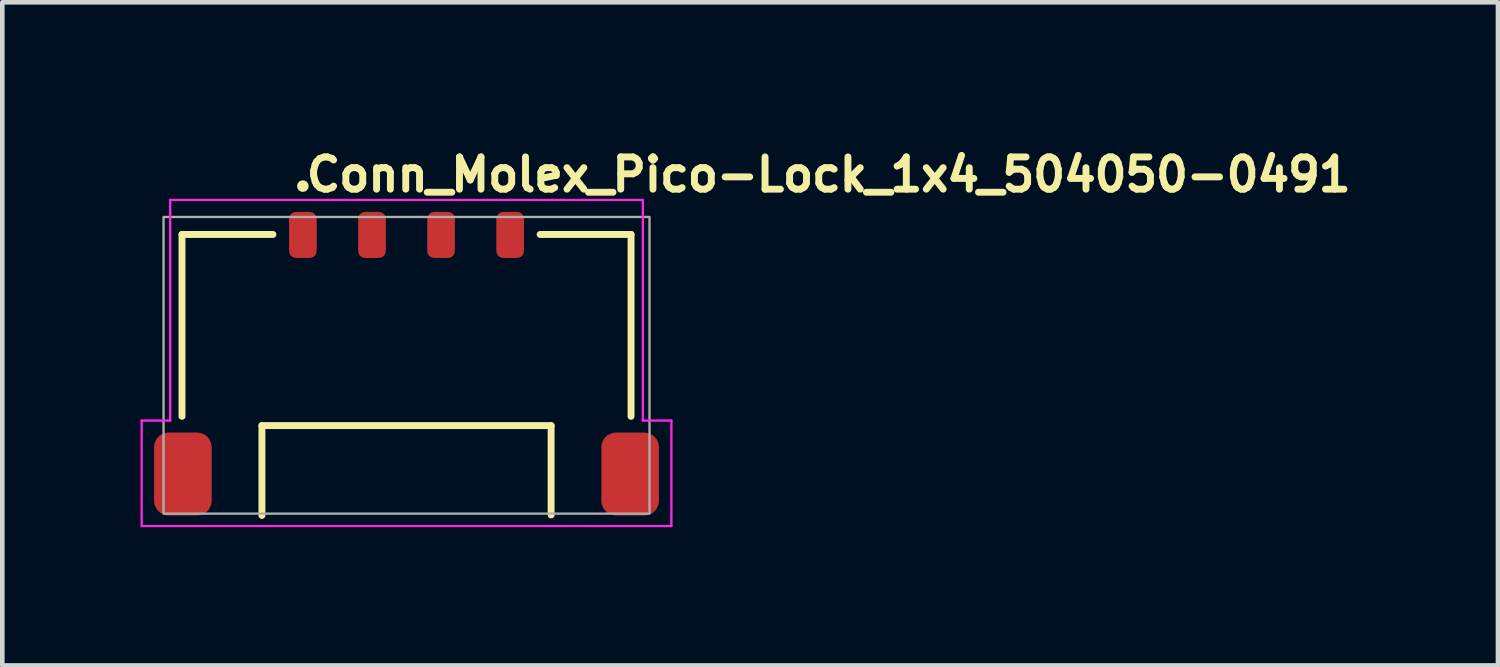
<source format=kicad_pcb>
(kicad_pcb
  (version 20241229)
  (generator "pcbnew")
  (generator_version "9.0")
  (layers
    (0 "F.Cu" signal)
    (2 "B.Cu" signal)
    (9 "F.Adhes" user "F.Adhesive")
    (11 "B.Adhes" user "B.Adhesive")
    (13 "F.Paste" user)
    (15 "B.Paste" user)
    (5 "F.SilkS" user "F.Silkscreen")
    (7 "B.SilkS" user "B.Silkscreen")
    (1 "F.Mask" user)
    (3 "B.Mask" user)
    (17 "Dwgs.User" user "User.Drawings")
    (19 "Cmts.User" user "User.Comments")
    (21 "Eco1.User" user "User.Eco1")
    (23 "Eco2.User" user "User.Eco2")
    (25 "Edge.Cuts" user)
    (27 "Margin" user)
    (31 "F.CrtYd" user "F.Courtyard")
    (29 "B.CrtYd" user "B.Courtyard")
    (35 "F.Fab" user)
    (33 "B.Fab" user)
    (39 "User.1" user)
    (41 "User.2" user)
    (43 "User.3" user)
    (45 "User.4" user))
  (footprint "Conn_Molex_Pico-Lock_1x4_504050-0491"
    (layer "F.Cu")
    (at 5.775 4.88)
    (property "Reference" "Conn_Molex_Pico-Lock_1x4_504050-0491" (at -2.249 -3.73 0) (layer "F.SilkS") (effects (font (size 0.7 0.7) (thickness 0.15)) (justify left bottom)))
    (attr smd)
    (fp_line (start -4.874 -2.84) (end -2.9 -2.84) (stroke (width 0.15) (type solid)) (layer "F.SilkS"))
    (fp_line (start -4.874 1.108) (end -4.874 -2.84) (stroke (width 0.15) (type solid)) (layer "F.SilkS"))
    (fp_line (start -3.139 3.259) (end -3.139 1.309) (stroke (width 0.15) (type solid)) (layer "F.SilkS"))
    (fp_line (start 3.139 1.309) (end -3.139 1.309) (stroke (width 0.15) (type solid)) (layer "F.SilkS"))
    (fp_line (start 3.139 1.309) (end 3.139 3.248) (stroke (width 0.15) (type solid)) (layer "F.SilkS"))
    (fp_line (start 4.874 -2.84) (end 2.9 -2.84) (stroke (width 0.15) (type solid)) (layer "F.SilkS"))
    (fp_line (start 4.874 -2.84) (end 4.874 1.108) (stroke (width 0.15) (type solid)) (layer "F.SilkS"))
    (fp_circle (center -2.25 -3.89) (end -2.2 -3.89) (stroke (width 0.15) (type solid)) (fill yes) (layer "F.SilkS"))
    (fp_line (start -5.75 1.2) (end -5.13 1.2) (stroke (width 0.05) (type solid)) (layer "F.CrtYd"))
    (fp_line (start -5.75 3.49) (end -5.75 1.2) (stroke (width 0.05) (type solid)) (layer "F.CrtYd"))
    (fp_line (start -5.13 -3.59) (end 5.13 -3.59) (stroke (width 0.05) (type solid)) (layer "F.CrtYd"))
    (fp_line (start -5.13 1.2) (end -5.13 -3.59) (stroke (width 0.05) (type solid)) (layer "F.CrtYd"))
    (fp_line (start 5.13 -3.59) (end 5.13 1.2) (stroke (width 0.05) (type solid)) (layer "F.CrtYd"))
    (fp_line (start 5.75 1.2) (end 5.13 1.2) (stroke (width 0.05) (type solid)) (layer "F.CrtYd"))
    (fp_line (start 5.75 1.2) (end 5.75 3.49) (stroke (width 0.05) (type solid)) (layer "F.CrtYd"))
    (fp_line (start 5.75 3.49) (end -5.75 3.49) (stroke (width 0.05) (type solid)) (layer "F.CrtYd"))
    (fp_rect (start -5.275 -3.22) (end 5.275 3.22) (stroke (width 0.05) (type default)) (fill no) (layer "F.Fab"))
    (fp_rect (start -5.275 -3.22) (end 5.275 3.22) (stroke (width 0.1) (type solid)) (fill no) (layer "User.5"))
    (fp_line (start -5.275 1.57) (end -4.875 1.57) (stroke (width 0.02) (type solid)) (layer "User.9"))
    (fp_line (start -5.275 3.07) (end -5.275 1.57) (stroke (width 0.02) (type solid)) (layer "User.9"))
    (fp_line (start -5.275 3.07) (end -4.875 3.07) (stroke (width 0.02) (type solid)) (layer "User.9"))
    (fp_line (start -4.875 -2.88) (end -4.875 3.22) (stroke (width 0.02) (type solid)) (layer "User.9"))
    (fp_line (start -3.425 -0.08) (end -3.425 3.22) (stroke (width 0.02) (type solid)) (layer "User.9"))
    (fp_line (start -3.425 3.22) (end -4.875 3.22) (stroke (width 0.02) (type solid)) (layer "User.9"))
    (fp_line (start -3.175 -0.08) (end -3.175 2.92) (stroke (width 0.02) (type solid)) (layer "User.9"))
    (fp_line (start -3.175 1.02) (end -2.925 1.02) (stroke (width 0.02) (type solid)) (layer "User.9"))
    (fp_line (start -3.175 2.92) (end -3.425 2.92) (stroke (width 0.02) (type solid)) (layer "User.9"))
    (fp_line (start -2.925 -0.08) (end -3.425 -0.08) (stroke (width 0.02) (type solid)) (layer "User.9"))
    (fp_line (start -2.925 1.22) (end -2.925 -0.08) (stroke (width 0.02) (type solid)) (layer "User.9"))
    (fp_line (start -2.555 0.36) (end -2.305 0.86) (stroke (width 0.02) (type solid)) (layer "User.9"))
    (fp_line (start -2.4 -3.22) (end -2.4 -2.89) (stroke (width 0.02) (type solid)) (layer "User.9"))
    (fp_line (start -2.4 -2.89) (end -2.4 -2.889) (stroke (width 0.02) (type solid)) (layer "User.9"))
    (fp_line (start -2.4 -2.889) (end -2.4 -2.889) (stroke (width 0.02) (type solid)) (layer "User.9"))
    (fp_line (start -2.4 -2.889) (end -2.4 -2.888) (stroke (width 0.02) (type solid)) (layer "User.9"))
    (fp_line (start -2.4 -2.888) (end -2.4 -2.887) (stroke (width 0.02) (type solid)) (layer "User.9"))
    (fp_line (start -2.4 -2.887) (end -2.4 -2.886) (stroke (width 0.02) (type solid)) (layer "User.9"))
    (fp_line (start -2.4 -2.886) (end -2.4 -2.886) (stroke (width 0.02) (type solid)) (layer "User.9"))
    (fp_line (start -2.4 -2.886) (end -2.4 -2.885) (stroke (width 0.02) (type solid)) (layer "User.9"))
    (fp_line (start -2.4 -2.885) (end -2.4 -2.884) (stroke (width 0.02) (type solid)) (layer "User.9"))
    (fp_line (start -2.4 -2.884) (end -2.4 -2.884) (stroke (width 0.02) (type solid)) (layer "User.9"))
    (fp_line (start -2.4 -2.884) (end -2.4 -2.883) (stroke (width 0.02) (type solid)) (layer "User.9"))
    (fp_line (start -2.4 -2.883) (end -2.4 -2.882) (stroke (width 0.02) (type solid)) (layer "User.9"))
    (fp_line (start -2.4 -2.882) (end -2.4 -2.881) (stroke (width 0.02) (type solid)) (layer "User.9"))
    (fp_line (start -2.4 -2.881) (end -2.4 -2.881) (stroke (width 0.02) (type solid)) (layer "User.9"))
    (fp_line (start -2.4 -2.881) (end -2.4 -2.88) (stroke (width 0.02) (type solid)) (layer "User.9"))
    (fp_line (start -2.305 0.86) (end -2.055 0.36) (stroke (width 0.02) (type solid)) (layer "User.9"))
    (fp_line (start -2.1 -3.22) (end -2.4 -3.22) (stroke (width 0.02) (type solid)) (layer "User.9"))
    (fp_line (start -2.1 -3.22) (end -2.1 -2.89) (stroke (width 0.02) (type solid)) (layer "User.9"))
    (fp_line (start -2.1 -2.89) (end -2.4 -2.89) (stroke (width 0.02) (type solid)) (layer "User.9"))
    (fp_line (start -2.1 -2.89) (end -2.1 -2.889) (stroke (width 0.02) (type solid)) (layer "User.9"))
    (fp_line (start -2.1 -2.889) (end -2.1 -2.889) (stroke (width 0.02) (type solid)) (layer "User.9"))
    (fp_line (start -2.1 -2.889) (end -2.1 -2.888) (stroke (width 0.02) (type solid)) (layer "User.9"))
    (fp_line (start -2.1 -2.888) (end -2.1 -2.887) (stroke (width 0.02) (type solid)) (layer "User.9"))
    (fp_line (start -2.1 -2.887) (end -2.1 -2.886) (stroke (width 0.02) (type solid)) (layer "User.9"))
    (fp_line (start -2.1 -2.886) (end -2.1 -2.886) (stroke (width 0.02) (type solid)) (layer "User.9"))
    (fp_line (start -2.1 -2.886) (end -2.1 -2.885) (stroke (width 0.02) (type solid)) (layer "User.9"))
    (fp_line (start -2.1 -2.885) (end -2.1 -2.884) (stroke (width 0.02) (type solid)) (layer "User.9"))
    (fp_line (start -2.1 -2.884) (end -2.1 -2.884) (stroke (width 0.02) (type solid)) (layer "User.9"))
    (fp_line (start -2.1 -2.884) (end -2.1 -2.883) (stroke (width 0.02) (type solid)) (layer "User.9"))
    (fp_line (start -2.1 -2.883) (end -2.1 -2.882) (stroke (width 0.02) (type solid)) (layer "User.9"))
    (fp_line (start -2.1 -2.882) (end -2.1 -2.881) (stroke (width 0.02) (type solid)) (layer "User.9"))
    (fp_line (start -2.1 -2.881) (end -2.1 -2.881) (stroke (width 0.02) (type solid)) (layer "User.9"))
    (fp_line (start -2.1 -2.881) (end -2.1 -2.88) (stroke (width 0.02) (type solid)) (layer "User.9"))
    (fp_line (start -2.055 0.36) (end -2.555 0.36) (stroke (width 0.02) (type solid)) (layer "User.9"))
    (fp_line (start -0.9 -3.22) (end -0.9 -2.89) (stroke (width 0.02) (type solid)) (layer "User.9"))
    (fp_line (start -0.9 -2.89) (end -0.9 -2.889) (stroke (width 0.02) (type solid)) (layer "User.9"))
    (fp_line (start -0.9 -2.889) (end -0.9 -2.889) (stroke (width 0.02) (type solid)) (layer "User.9"))
    (fp_line (start -0.9 -2.889) (end -0.9 -2.888) (stroke (width 0.02) (type solid)) (layer "User.9"))
    (fp_line (start -0.9 -2.888) (end -0.9 -2.887) (stroke (width 0.02) (type solid)) (layer "User.9"))
    (fp_line (start -0.9 -2.887) (end -0.9 -2.886) (stroke (width 0.02) (type solid)) (layer "User.9"))
    (fp_line (start -0.9 -2.886) (end -0.9 -2.886) (stroke (width 0.02) (type solid)) (layer "User.9"))
    (fp_line (start -0.9 -2.886) (end -0.9 -2.885) (stroke (width 0.02) (type solid)) (layer "User.9"))
    (fp_line (start -0.9 -2.885) (end -0.9 -2.884) (stroke (width 0.02) (type solid)) (layer "User.9"))
    (fp_line (start -0.9 -2.884) (end -0.9 -2.884) (stroke (width 0.02) (type solid)) (layer "User.9"))
    (fp_line (start -0.9 -2.884) (end -0.9 -2.883) (stroke (width 0.02) (type solid)) (layer "User.9"))
    (fp_line (start -0.9 -2.883) (end -0.9 -2.882) (stroke (width 0.02) (type solid)) (layer "User.9"))
    (fp_line (start -0.9 -2.882) (end -0.9 -2.881) (stroke (width 0.02) (type solid)) (layer "User.9"))
    (fp_line (start -0.9 -2.881) (end -0.9 -2.881) (stroke (width 0.02) (type solid)) (layer "User.9"))
    (fp_line (start -0.9 -2.881) (end -0.9 -2.88) (stroke (width 0.02) (type solid)) (layer "User.9"))
    (fp_line (start -0.6 -3.22) (end -0.9 -3.22) (stroke (width 0.02) (type solid)) (layer "User.9"))
    (fp_line (start -0.6 -3.22) (end -0.6 -2.89) (stroke (width 0.02) (type solid)) (layer "User.9"))
    (fp_line (start -0.6 -2.89) (end -0.9 -2.89) (stroke (width 0.02) (type solid)) (layer "User.9"))
    (fp_line (start -0.6 -2.89) (end -0.6 -2.889) (stroke (width 0.02) (type solid)) (layer "User.9"))
    (fp_line (start -0.6 -2.889) (end -0.6 -2.889) (stroke (width 0.02) (type solid)) (layer "User.9"))
    (fp_line (start -0.6 -2.889) (end -0.6 -2.888) (stroke (width 0.02) (type solid)) (layer "User.9"))
    (fp_line (start -0.6 -2.888) (end -0.6 -2.887) (stroke (width 0.02) (type solid)) (layer "User.9"))
    (fp_line (start -0.6 -2.887) (end -0.6 -2.886) (stroke (width 0.02) (type solid)) (layer "User.9"))
    (fp_line (start -0.6 -2.886) (end -0.6 -2.886) (stroke (width 0.02) (type solid)) (layer "User.9"))
    (fp_line (start -0.6 -2.886) (end -0.6 -2.885) (stroke (width 0.02) (type solid)) (layer "User.9"))
    (fp_line (start -0.6 -2.885) (end -0.6 -2.884) (stroke (width 0.02) (type solid)) (layer "User.9"))
    (fp_line (start -0.6 -2.884) (end -0.6 -2.884) (stroke (width 0.02) (type solid)) (layer "User.9"))
    (fp_line (start -0.6 -2.884) (end -0.6 -2.883) (stroke (width 0.02) (type solid)) (layer "User.9"))
    (fp_line (start -0.6 -2.883) (end -0.6 -2.882) (stroke (width 0.02) (type solid)) (layer "User.9"))
    (fp_line (start -0.6 -2.882) (end -0.6 -2.881) (stroke (width 0.02) (type solid)) (layer "User.9"))
    (fp_line (start -0.6 -2.881) (end -0.6 -2.881) (stroke (width 0.02) (type solid)) (layer "User.9"))
    (fp_line (start -0.6 -2.881) (end -0.6 -2.88) (stroke (width 0.02) (type solid)) (layer "User.9"))
    (fp_line (start -0.3 -0.48) (end -0.3 0.42) (stroke (width 0.02) (type solid)) (layer "User.9"))
    (fp_line (start -0.3 0.42) (end 0.3 0.42) (stroke (width 0.02) (type solid)) (layer "User.9"))
    (fp_line (start 0.3 -0.48) (end -0.3 -0.48) (stroke (width 0.02) (type solid)) (layer "User.9"))
    (fp_line (start 0.3 0.42) (end 0.3 -0.48) (stroke (width 0.02) (type solid)) (layer "User.9"))
    (fp_line (start 0.6 -3.22) (end 0.6 -2.89) (stroke (width 0.02) (type solid)) (layer "User.9"))
    (fp_line (start 0.6 -2.89) (end 0.6 -2.889) (stroke (width 0.02) (type solid)) (layer "User.9"))
    (fp_line (start 0.6 -2.889) (end 0.6 -2.889) (stroke (width 0.02) (type solid)) (layer "User.9"))
    (fp_line (start 0.6 -2.889) (end 0.6 -2.888) (stroke (width 0.02) (type solid)) (layer "User.9"))
    (fp_line (start 0.6 -2.888) (end 0.6 -2.887) (stroke (width 0.02) (type solid)) (layer "User.9"))
    (fp_line (start 0.6 -2.887) (end 0.6 -2.886) (stroke (width 0.02) (type solid)) (layer "User.9"))
    (fp_line (start 0.6 -2.886) (end 0.6 -2.886) (stroke (width 0.02) (type solid)) (layer "User.9"))
    (fp_line (start 0.6 -2.886) (end 0.6 -2.885) (stroke (width 0.02) (type solid)) (layer "User.9"))
    (fp_line (start 0.6 -2.885) (end 0.6 -2.884) (stroke (width 0.02) (type solid)) (layer "User.9"))
    (fp_line (start 0.6 -2.884) (end 0.6 -2.884) (stroke (width 0.02) (type solid)) (layer "User.9"))
    (fp_line (start 0.6 -2.884) (end 0.6 -2.883) (stroke (width 0.02) (type solid)) (layer "User.9"))
    (fp_line (start 0.6 -2.883) (end 0.6 -2.882) (stroke (width 0.02) (type solid)) (layer "User.9"))
    (fp_line (start 0.6 -2.882) (end 0.6 -2.881) (stroke (width 0.02) (type solid)) (layer "User.9"))
    (fp_line (start 0.6 -2.881) (end 0.6 -2.881) (stroke (width 0.02) (type solid)) (layer "User.9"))
    (fp_line (start 0.6 -2.881) (end 0.6 -2.88) (stroke (width 0.02) (type solid)) (layer "User.9"))
    (fp_line (start 0.9 -3.22) (end 0.6 -3.22) (stroke (width 0.02) (type solid)) (layer "User.9"))
    (fp_line (start 0.9 -3.22) (end 0.9 -2.89) (stroke (width 0.02) (type solid)) (layer "User.9"))
    (fp_line (start 0.9 -2.89) (end 0.6 -2.89) (stroke (width 0.02) (type solid)) (layer "User.9"))
    (fp_line (start 0.9 -2.89) (end 0.9 -2.889) (stroke (width 0.02) (type solid)) (layer "User.9"))
    (fp_line (start 0.9 -2.889) (end 0.9 -2.889) (stroke (width 0.02) (type solid)) (layer "User.9"))
    (fp_line (start 0.9 -2.889) (end 0.9 -2.888) (stroke (width 0.02) (type solid)) (layer "User.9"))
    (fp_line (start 0.9 -2.888) (end 0.9 -2.887) (stroke (width 0.02) (type solid)) (layer "User.9"))
    (fp_line (start 0.9 -2.887) (end 0.9 -2.886) (stroke (width 0.02) (type solid)) (layer "User.9"))
    (fp_line (start 0.9 -2.886) (end 0.9 -2.886) (stroke (width 0.02) (type solid)) (layer "User.9"))
    (fp_line (start 0.9 -2.886) (end 0.9 -2.885) (stroke (width 0.02) (type solid)) (layer "User.9"))
    (fp_line (start 0.9 -2.885) (end 0.9 -2.884) (stroke (width 0.02) (type solid)) (layer "User.9"))
    (fp_line (start 0.9 -2.884) (end 0.9 -2.884) (stroke (width 0.02) (type solid)) (layer "User.9"))
    (fp_line (start 0.9 -2.884) (end 0.9 -2.883) (stroke (width 0.02) (type solid)) (layer "User.9"))
    (fp_line (start 0.9 -2.883) (end 0.9 -2.882) (stroke (width 0.02) (type solid)) (layer "User.9"))
    (fp_line (start 0.9 -2.882) (end 0.9 -2.881) (stroke (width 0.02) (type solid)) (layer "User.9"))
    (fp_line (start 0.9 -2.881) (end 0.9 -2.881) (stroke (width 0.02) (type solid)) (layer "User.9"))
    (fp_line (start 0.9 -2.881) (end 0.9 -2.88) (stroke (width 0.02) (type solid)) (layer "User.9"))
    (fp_line (start 2.1 -3.22) (end 2.1 -2.89) (stroke (width 0.02) (type solid)) (layer "User.9"))
    (fp_line (start 2.1 -2.89) (end 2.1 -2.889) (stroke (width 0.02) (type solid)) (layer "User.9"))
    (fp_line (start 2.1 -2.889) (end 2.1 -2.889) (stroke (width 0.02) (type solid)) (layer "User.9"))
    (fp_line (start 2.1 -2.889) (end 2.1 -2.888) (stroke (width 0.02) (type solid)) (layer "User.9"))
    (fp_line (start 2.1 -2.888) (end 2.1 -2.887) (stroke (width 0.02) (type solid)) (layer "User.9"))
    (fp_line (start 2.1 -2.887) (end 2.1 -2.886) (stroke (width 0.02) (type solid)) (layer "User.9"))
    (fp_line (start 2.1 -2.886) (end 2.1 -2.886) (stroke (width 0.02) (type solid)) (layer "User.9"))
    (fp_line (start 2.1 -2.886) (end 2.1 -2.885) (stroke (width 0.02) (type solid)) (layer "User.9"))
    (fp_line (start 2.1 -2.885) (end 2.1 -2.884) (stroke (width 0.02) (type solid)) (layer "User.9"))
    (fp_line (start 2.1 -2.884) (end 2.1 -2.884) (stroke (width 0.02) (type solid)) (layer "User.9"))
    (fp_line (start 2.1 -2.884) (end 2.1 -2.883) (stroke (width 0.02) (type solid)) (layer "User.9"))
    (fp_line (start 2.1 -2.883) (end 2.1 -2.882) (stroke (width 0.02) (type solid)) (layer "User.9"))
    (fp_line (start 2.1 -2.882) (end 2.1 -2.881) (stroke (width 0.02) (type solid)) (layer "User.9"))
    (fp_line (start 2.1 -2.881) (end 2.1 -2.881) (stroke (width 0.02) (type solid)) (layer "User.9"))
    (fp_line (start 2.1 -2.881) (end 2.1 -2.88) (stroke (width 0.02) (type solid)) (layer "User.9"))
    (fp_line (start 2.4 -3.22) (end 2.1 -3.22) (stroke (width 0.02) (type solid)) (layer "User.9"))
    (fp_line (start 2.4 -3.22) (end 2.4 -2.89) (stroke (width 0.02) (type solid)) (layer "User.9"))
    (fp_line (start 2.4 -2.89) (end 2.1 -2.89) (stroke (width 0.02) (type solid)) (layer "User.9"))
    (fp_line (start 2.4 -2.89) (end 2.4 -2.889) (stroke (width 0.02) (type solid)) (layer "User.9"))
    (fp_line (start 2.4 -2.889) (end 2.4 -2.889) (stroke (width 0.02) (type solid)) (layer "User.9"))
    (fp_line (start 2.4 -2.889) (end 2.4 -2.888) (stroke (width 0.02) (type solid)) (layer "User.9"))
    (fp_line (start 2.4 -2.888) (end 2.4 -2.887) (stroke (width 0.02) (type solid)) (layer "User.9"))
    (fp_line (start 2.4 -2.887) (end 2.4 -2.886) (stroke (width 0.02) (type solid)) (layer "User.9"))
    (fp_line (start 2.4 -2.886) (end 2.4 -2.886) (stroke (width 0.02) (type solid)) (layer "User.9"))
    (fp_line (start 2.4 -2.886) (end 2.4 -2.885) (stroke (width 0.02) (type solid)) (layer "User.9"))
    (fp_line (start 2.4 -2.885) (end 2.4 -2.884) (stroke (width 0.02) (type solid)) (layer "User.9"))
    (fp_line (start 2.4 -2.884) (end 2.4 -2.884) (stroke (width 0.02) (type solid)) (layer "User.9"))
    (fp_line (start 2.4 -2.884) (end 2.4 -2.883) (stroke (width 0.02) (type solid)) (layer "User.9"))
    (fp_line (start 2.4 -2.883) (end 2.4 -2.882) (stroke (width 0.02) (type solid)) (layer "User.9"))
    (fp_line (start 2.4 -2.882) (end 2.4 -2.881) (stroke (width 0.02) (type solid)) (layer "User.9"))
    (fp_line (start 2.4 -2.881) (end 2.4 -2.881) (stroke (width 0.02) (type solid)) (layer "User.9"))
    (fp_line (start 2.4 -2.881) (end 2.4 -2.88) (stroke (width 0.02) (type solid)) (layer "User.9"))
    (fp_line (start 2.925 -0.08) (end 2.925 1.22) (stroke (width 0.02) (type solid)) (layer "User.9"))
    (fp_line (start 2.925 1.02) (end 3.175 1.02) (stroke (width 0.02) (type solid)) (layer "User.9"))
    (fp_line (start 2.925 1.22) (end -2.925 1.22) (stroke (width 0.02) (type solid)) (layer "User.9"))
    (fp_line (start 3.175 2.92) (end 3.175 -0.08) (stroke (width 0.02) (type solid)) (layer "User.9"))
    (fp_line (start 3.425 -0.08) (end 2.925 -0.08) (stroke (width 0.02) (type solid)) (layer "User.9"))
    (fp_line (start 3.425 2.92) (end 3.175 2.92) (stroke (width 0.02) (type solid)) (layer "User.9"))
    (fp_line (start 3.425 3.22) (end 3.425 -0.08) (stroke (width 0.02) (type solid)) (layer "User.9"))
    (fp_line (start 4.875 -2.88) (end -4.875 -2.88) (stroke (width 0.02) (type solid)) (layer "User.9"))
    (fp_line (start 4.875 -2.88) (end 4.875 3.22) (stroke (width 0.02) (type solid)) (layer "User.9"))
    (fp_line (start 4.875 3.22) (end 3.425 3.22) (stroke (width 0.02) (type solid)) (layer "User.9"))
    (fp_line (start 5.275 1.57) (end 4.875 1.57) (stroke (width 0.02) (type solid)) (layer "User.9"))
    (fp_line (start 5.275 3.07) (end 4.875 3.07) (stroke (width 0.02) (type solid)) (layer "User.9"))
    (fp_line (start 5.275 3.07) (end 5.275 1.57) (stroke (width 0.02) (type solid)) (layer "User.9"))
    (pad "1" smd roundrect (at -2.25 -2.83) (size 0.6 1) (layers "F.Cu" "F.Mask" "F.Paste") (roundrect_rratio 0.25))
    (pad "2" smd roundrect (at -0.75 -2.83) (size 0.6 1) (layers "F.Cu" "F.Mask" "F.Paste") (roundrect_rratio 0.25))
    (pad "3" smd roundrect (at 0.75 -2.83) (size 0.6 1) (layers "F.Cu" "F.Mask" "F.Paste") (roundrect_rratio 0.25))
    (pad "4" smd roundrect (at 2.25 -2.83) (size 0.6 1) (layers "F.Cu" "F.Mask" "F.Paste") (roundrect_rratio 0.25))
    (pad "MP" smd roundrect (at -4.855 2.36) (size 1.25 1.8) (layers "F.Cu" "F.Mask" "F.Paste") (roundrect_rratio 0.25))
    (pad "MP" smd roundrect (at 4.855 2.36) (size 1.25 1.8) (layers "F.Cu" "F.Mask" "F.Paste") (roundrect_rratio 0.25)))
  (gr_rect
    (start -3 -3)
    (end 29.469 11.395)
    (stroke (width 0.1) (type default))
    (fill no)
    (layer "Edge.Cuts")))
</source>
